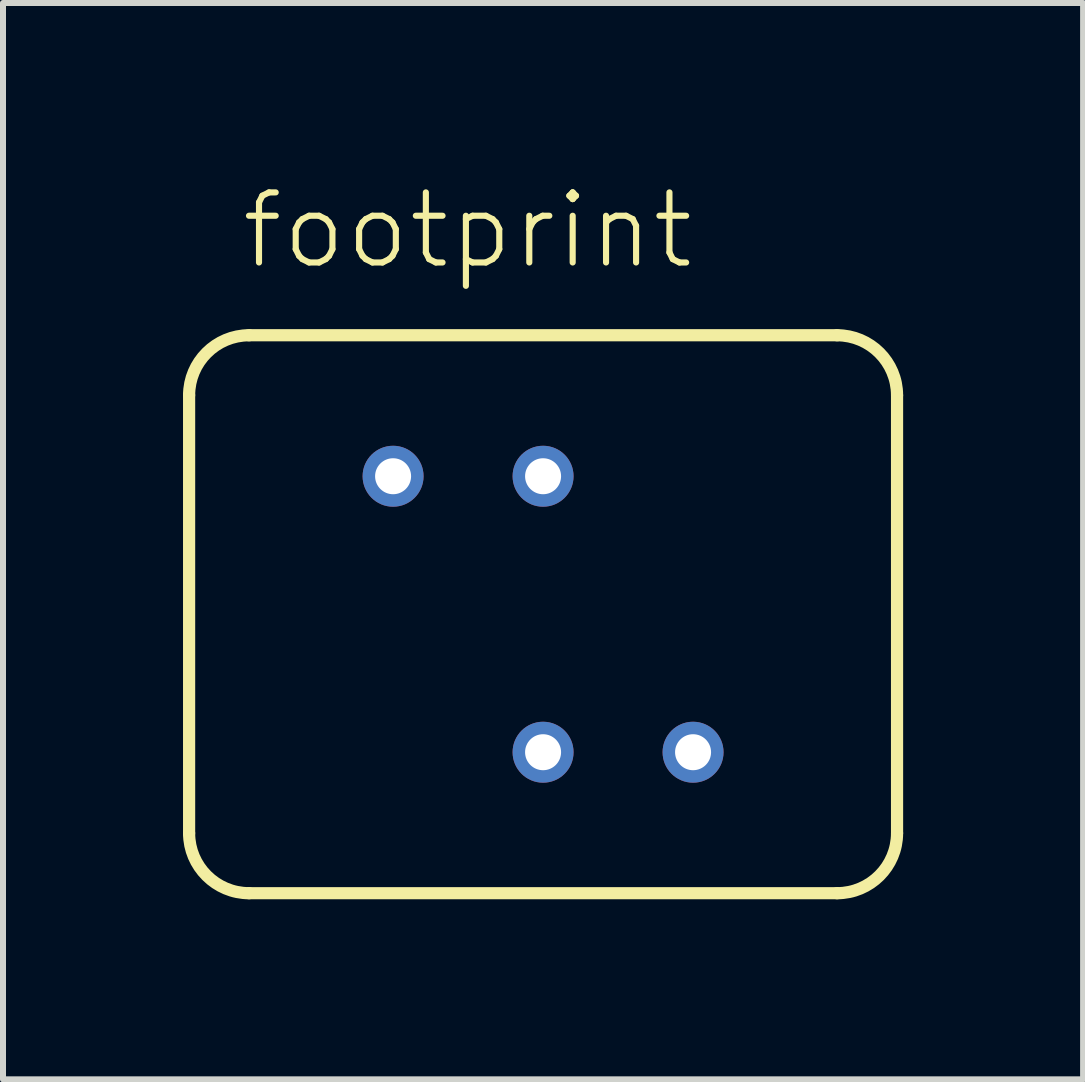
<source format=kicad_pcb>
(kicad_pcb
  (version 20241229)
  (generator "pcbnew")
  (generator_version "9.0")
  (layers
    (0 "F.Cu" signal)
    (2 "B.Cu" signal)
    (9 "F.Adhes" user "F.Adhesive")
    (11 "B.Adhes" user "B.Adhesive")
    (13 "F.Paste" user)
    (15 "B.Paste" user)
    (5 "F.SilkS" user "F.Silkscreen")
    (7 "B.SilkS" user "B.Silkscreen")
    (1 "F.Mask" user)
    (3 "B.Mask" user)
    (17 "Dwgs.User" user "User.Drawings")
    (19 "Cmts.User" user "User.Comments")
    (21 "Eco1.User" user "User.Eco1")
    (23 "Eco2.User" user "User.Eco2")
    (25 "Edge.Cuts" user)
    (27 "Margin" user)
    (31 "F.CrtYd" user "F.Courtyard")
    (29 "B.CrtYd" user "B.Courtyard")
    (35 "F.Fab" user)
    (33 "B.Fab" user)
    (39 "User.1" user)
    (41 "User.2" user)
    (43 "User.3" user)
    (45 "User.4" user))
  (footprint "footprint"
    (layer "F.Cu")
    (at 6.002 7.188)
    (property "Reference" "footprint" (at -5.08 -5.715 0) (layer "F.SilkS") (effects (font (size 1.168 1.168) (thickness 0.102)) (justify left bottom)))
    (fp_line (start -5.9 -3.65) (end -5.9 3.65) (stroke (width 0.203) (type solid)) (layer "F.SilkS"))
    (fp_line (start -4.9 4.65) (end 4.9 4.65) (stroke (width 0.203) (type solid)) (layer "F.SilkS"))
    (fp_line (start 4.9 -4.65) (end -4.9 -4.65) (stroke (width 0.203) (type solid)) (layer "F.SilkS"))
    (fp_line (start 5.9 3.65) (end 5.9 -3.65) (stroke (width 0.203) (type solid)) (layer "F.SilkS"))
    (fp_arc (start -5.9 -3.65) (mid -5.607107 -4.357107) (end -4.9 -4.65) (stroke (width 0.2032) (type solid)) (layer "F.SilkS"))
    (fp_arc (start -4.9 4.65) (mid -5.607107 4.357107) (end -5.9 3.65) (stroke (width 0.2032) (type solid)) (layer "F.SilkS"))
    (fp_arc (start 4.9 -4.65) (mid 5.607107 -4.357107) (end 5.9 -3.65) (stroke (width 0.2032) (type solid)) (layer "F.SilkS"))
    (fp_arc (start 5.9 3.65) (mid 5.607107 4.357107) (end 4.9 4.65) (stroke (width 0.2032) (type solid)) (layer "F.SilkS"))
    (pad "1" thru_hole circle (at -2.5 -2.3) (size 1.016 1.016) (drill 0.6) (layers "*.Cu" "*.Mask"))
    (pad "2" thru_hole circle (at 0 -2.3) (size 1.016 1.016) (drill 0.6) (layers "*.Cu" "*.Mask"))
    (pad "3" thru_hole circle (at 0 2.3 180) (size 1.016 1.016) (drill 0.6) (layers "*.Cu" "*.Mask"))
    (pad "4" thru_hole circle (at 2.5 2.3 180) (size 1.016 1.016) (drill 0.6) (layers "*.Cu" "*.Mask")))
  (gr_rect
    (start -3 -3)
    (end 15.003 14.94)
    (stroke (width 0.1) (type default))
    (fill no)
    (layer "Edge.Cuts")))
</source>
